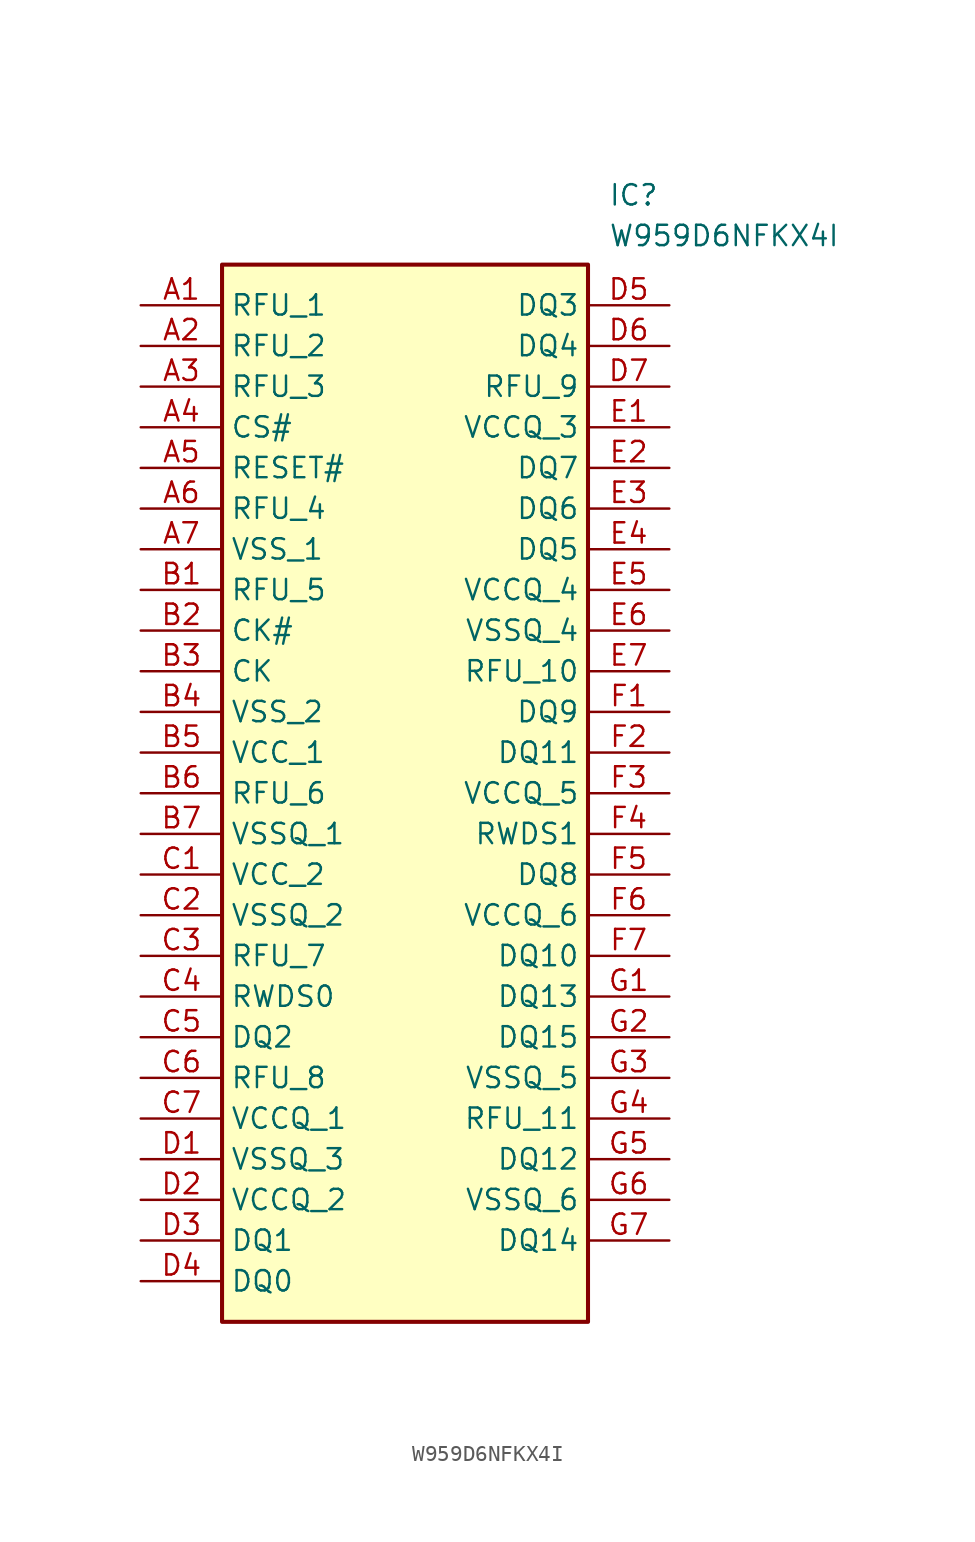
<source format=kicad_sym>
(kicad_symbol_lib
  (version 20231120)
  (generator "kicad_symbol_editor")
  (generator_version "8.0")
  (symbol "W959D6NFKX4I"
    (property "Reference" "IC"
      (at 29.21 7.62 0)
      (effects (font (size 1.27 1.27)) (justify left top)))
    (property "Value" "W959D6NFKX4I"
      (at 29.21 5.08 0)
      (effects (font (size 1.27 1.27)) (justify left top)))
    (symbol "W959D6NFKX4I_1_1"
      (rectangle (start 5.08 2.54) (end 27.94 -63.5) (stroke (width 0.254) (type default)) (fill (type background)))
      (pin passive line (at 0 0 0) (length 5.08) (name "RFU_1" (effects (font (size 1.27 1.27)))) (number "A1" (effects (font (size 1.27 1.27)))))
      (pin passive line (at 0 -2.54 0) (length 5.08) (name "RFU_2" (effects (font (size 1.27 1.27)))) (number "A2" (effects (font (size 1.27 1.27)))))
      (pin passive line (at 0 -5.08 0) (length 5.08) (name "RFU_3" (effects (font (size 1.27 1.27)))) (number "A3" (effects (font (size 1.27 1.27)))))
      (pin passive line (at 0 -7.62 0) (length 5.08) (name "CS#" (effects (font (size 1.27 1.27)))) (number "A4" (effects (font (size 1.27 1.27)))))
      (pin passive line (at 0 -10.16 0) (length 5.08) (name "RESET#" (effects (font (size 1.27 1.27)))) (number "A5" (effects (font (size 1.27 1.27)))))
      (pin passive line (at 0 -12.7 0) (length 5.08) (name "RFU_4" (effects (font (size 1.27 1.27)))) (number "A6" (effects (font (size 1.27 1.27)))))
      (pin passive line (at 0 -15.24 0) (length 5.08) (name "VSS_1" (effects (font (size 1.27 1.27)))) (number "A7" (effects (font (size 1.27 1.27)))))
      (pin passive line (at 0 -17.78 0) (length 5.08) (name "RFU_5" (effects (font (size 1.27 1.27)))) (number "B1" (effects (font (size 1.27 1.27)))))
      (pin passive line (at 0 -20.32 0) (length 5.08) (name "CK#" (effects (font (size 1.27 1.27)))) (number "B2" (effects (font (size 1.27 1.27)))))
      (pin passive line (at 0 -22.86 0) (length 5.08) (name "CK" (effects (font (size 1.27 1.27)))) (number "B3" (effects (font (size 1.27 1.27)))))
      (pin passive line (at 0 -25.4 0) (length 5.08) (name "VSS_2" (effects (font (size 1.27 1.27)))) (number "B4" (effects (font (size 1.27 1.27)))))
      (pin passive line (at 0 -27.94 0) (length 5.08) (name "VCC_1" (effects (font (size 1.27 1.27)))) (number "B5" (effects (font (size 1.27 1.27)))))
      (pin passive line (at 0 -30.48 0) (length 5.08) (name "RFU_6" (effects (font (size 1.27 1.27)))) (number "B6" (effects (font (size 1.27 1.27)))))
      (pin passive line (at 0 -33.02 0) (length 5.08) (name "VSSQ_1" (effects (font (size 1.27 1.27)))) (number "B7" (effects (font (size 1.27 1.27)))))
      (pin passive line (at 0 -35.56 0) (length 5.08) (name "VCC_2" (effects (font (size 1.27 1.27)))) (number "C1" (effects (font (size 1.27 1.27)))))
      (pin passive line (at 0 -38.1 0) (length 5.08) (name "VSSQ_2" (effects (font (size 1.27 1.27)))) (number "C2" (effects (font (size 1.27 1.27)))))
      (pin passive line (at 0 -40.64 0) (length 5.08) (name "RFU_7" (effects (font (size 1.27 1.27)))) (number "C3" (effects (font (size 1.27 1.27)))))
      (pin passive line (at 0 -43.18 0) (length 5.08) (name "RWDS0" (effects (font (size 1.27 1.27)))) (number "C4" (effects (font (size 1.27 1.27)))))
      (pin passive line (at 0 -45.72 0) (length 5.08) (name "DQ2" (effects (font (size 1.27 1.27)))) (number "C5" (effects (font (size 1.27 1.27)))))
      (pin passive line (at 0 -48.26 0) (length 5.08) (name "RFU_8" (effects (font (size 1.27 1.27)))) (number "C6" (effects (font (size 1.27 1.27)))))
      (pin passive line (at 0 -50.8 0) (length 5.08) (name "VCCQ_1" (effects (font (size 1.27 1.27)))) (number "C7" (effects (font (size 1.27 1.27)))))
      (pin passive line (at 0 -53.34 0) (length 5.08) (name "VSSQ_3" (effects (font (size 1.27 1.27)))) (number "D1" (effects (font (size 1.27 1.27)))))
      (pin passive line (at 0 -55.88 0) (length 5.08) (name "VCCQ_2" (effects (font (size 1.27 1.27)))) (number "D2" (effects (font (size 1.27 1.27)))))
      (pin passive line (at 0 -58.42 0) (length 5.08) (name "DQ1" (effects (font (size 1.27 1.27)))) (number "D3" (effects (font (size 1.27 1.27)))))
      (pin passive line (at 0 -60.96 0) (length 5.08) (name "DQ0" (effects (font (size 1.27 1.27)))) (number "D4" (effects (font (size 1.27 1.27)))))
      (pin passive line (at 33.02 0 180) (length 5.08) (name "DQ3" (effects (font (size 1.27 1.27)))) (number "D5" (effects (font (size 1.27 1.27)))))
      (pin passive line (at 33.02 -2.54 180) (length 5.08) (name "DQ4" (effects (font (size 1.27 1.27)))) (number "D6" (effects (font (size 1.27 1.27)))))
      (pin passive line (at 33.02 -5.08 180) (length 5.08) (name "RFU_9" (effects (font (size 1.27 1.27)))) (number "D7" (effects (font (size 1.27 1.27)))))
      (pin passive line (at 33.02 -7.62 180) (length 5.08) (name "VCCQ_3" (effects (font (size 1.27 1.27)))) (number "E1" (effects (font (size 1.27 1.27)))))
      (pin passive line (at 33.02 -10.16 180) (length 5.08) (name "DQ7" (effects (font (size 1.27 1.27)))) (number "E2" (effects (font (size 1.27 1.27)))))
      (pin passive line (at 33.02 -12.7 180) (length 5.08) (name "DQ6" (effects (font (size 1.27 1.27)))) (number "E3" (effects (font (size 1.27 1.27)))))
      (pin passive line (at 33.02 -15.24 180) (length 5.08) (name "DQ5" (effects (font (size 1.27 1.27)))) (number "E4" (effects (font (size 1.27 1.27)))))
      (pin passive line (at 33.02 -17.78 180) (length 5.08) (name "VCCQ_4" (effects (font (size 1.27 1.27)))) (number "E5" (effects (font (size 1.27 1.27)))))
      (pin passive line (at 33.02 -20.32 180) (length 5.08) (name "VSSQ_4" (effects (font (size 1.27 1.27)))) (number "E6" (effects (font (size 1.27 1.27)))))
      (pin passive line (at 33.02 -22.86 180) (length 5.08) (name "RFU_10" (effects (font (size 1.27 1.27)))) (number "E7" (effects (font (size 1.27 1.27)))))
      (pin passive line (at 33.02 -25.4 180) (length 5.08) (name "DQ9" (effects (font (size 1.27 1.27)))) (number "F1" (effects (font (size 1.27 1.27)))))
      (pin passive line (at 33.02 -27.94 180) (length 5.08) (name "DQ11" (effects (font (size 1.27 1.27)))) (number "F2" (effects (font (size 1.27 1.27)))))
      (pin passive line (at 33.02 -30.48 180) (length 5.08) (name "VCCQ_5" (effects (font (size 1.27 1.27)))) (number "F3" (effects (font (size 1.27 1.27)))))
      (pin passive line (at 33.02 -33.02 180) (length 5.08) (name "RWDS1" (effects (font (size 1.27 1.27)))) (number "F4" (effects (font (size 1.27 1.27)))))
      (pin passive line (at 33.02 -35.56 180) (length 5.08) (name "DQ8" (effects (font (size 1.27 1.27)))) (number "F5" (effects (font (size 1.27 1.27)))))
      (pin passive line (at 33.02 -38.1 180) (length 5.08) (name "VCCQ_6" (effects (font (size 1.27 1.27)))) (number "F6" (effects (font (size 1.27 1.27)))))
      (pin passive line (at 33.02 -40.64 180) (length 5.08) (name "DQ10" (effects (font (size 1.27 1.27)))) (number "F7" (effects (font (size 1.27 1.27)))))
      (pin passive line (at 33.02 -43.18 180) (length 5.08) (name "DQ13" (effects (font (size 1.27 1.27)))) (number "G1" (effects (font (size 1.27 1.27)))))
      (pin passive line (at 33.02 -45.72 180) (length 5.08) (name "DQ15" (effects (font (size 1.27 1.27)))) (number "G2" (effects (font (size 1.27 1.27)))))
      (pin passive line (at 33.02 -48.26 180) (length 5.08) (name "VSSQ_5" (effects (font (size 1.27 1.27)))) (number "G3" (effects (font (size 1.27 1.27)))))
      (pin passive line (at 33.02 -50.8 180) (length 5.08) (name "RFU_11" (effects (font (size 1.27 1.27)))) (number "G4" (effects (font (size 1.27 1.27)))))
      (pin passive line (at 33.02 -53.34 180) (length 5.08) (name "DQ12" (effects (font (size 1.27 1.27)))) (number "G5" (effects (font (size 1.27 1.27)))))
      (pin passive line (at 33.02 -55.88 180) (length 5.08) (name "VSSQ_6" (effects (font (size 1.27 1.27)))) (number "G6" (effects (font (size 1.27 1.27)))))
      (pin passive line (at 33.02 -58.42 180) (length 5.08) (name "DQ14" (effects (font (size 1.27 1.27)))) (number "G7" (effects (font (size 1.27 1.27))))))))
</source>
